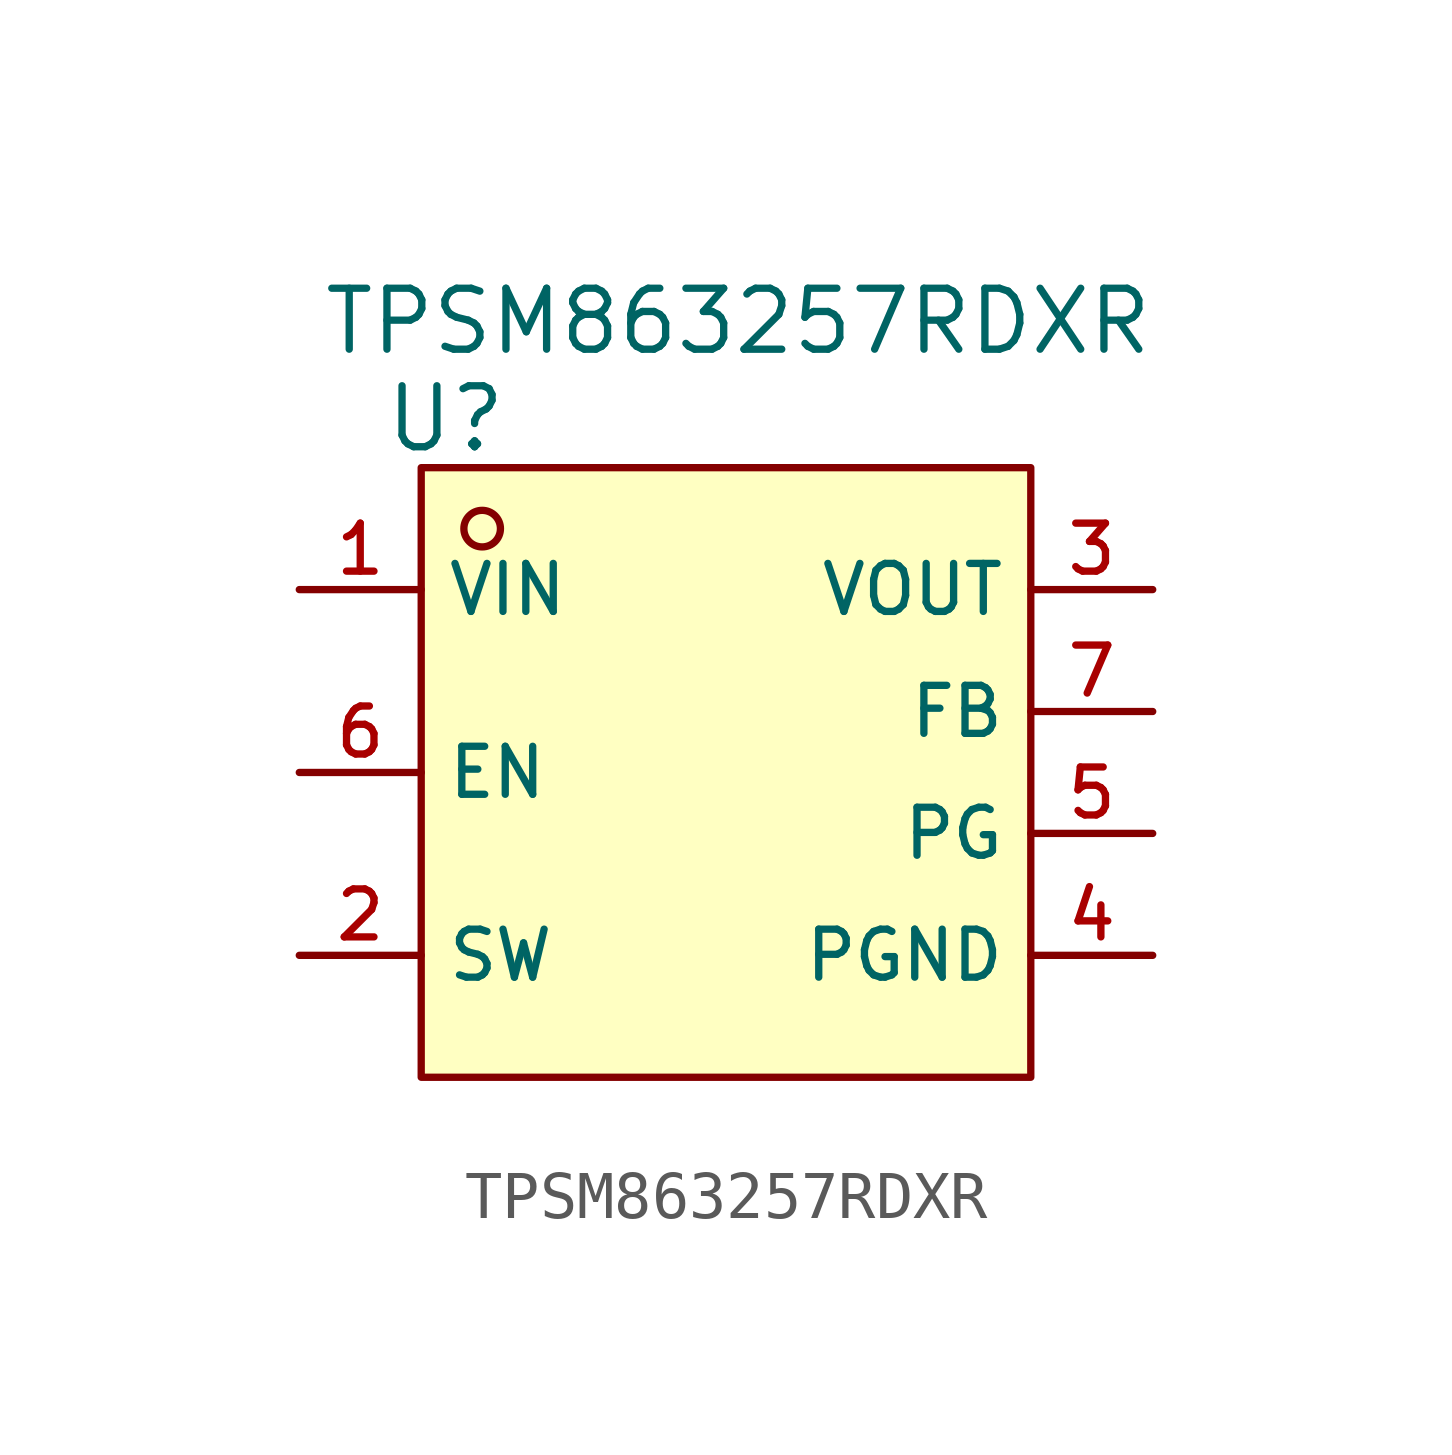
<source format=kicad_sym>
(kicad_symbol_lib
  (version 20241209)
  (generator "kicad_symbol_editor")
  (generator_version "9.0")
  (symbol "TPSM863257RDXR"
    (property "Reference" "U"
      (at -5.842 7.366 0)
      (effects (font (size 1.27 1.27))))
    (property "Value" "TPSM863257RDXR"
      (at 0.254 9.398 0)
      (effects (font (size 1.27 1.27))))
    (symbol "TPSM863257RDXR_0_1"
      (rectangle (start -6.35 6.35) (end 6.35 -6.35) (stroke (width 0) (type default)) (fill (type background)))
      (circle (center -5.08 5.08) (radius 0.381) (stroke (width 0) (type default)) (fill (type background)))
      (pin unspecified line (at -8.89 3.81 0) (length 2.54) (name "VIN" (effects (font (size 1 1)))) (number "1" (effects (font (size 1 1)))))
      (pin unspecified line (at -8.89 0 0) (length 2.54) (name "EN" (effects (font (size 1 1)))) (number "6" (effects (font (size 1 1)))))
      (pin unspecified line (at -8.89 -3.81 0) (length 2.54) (name "SW" (effects (font (size 1 1)))) (number "2" (effects (font (size 1 1)))))
      (pin unspecified line (at 8.89 3.81 180) (length 2.54) (name "VOUT" (effects (font (size 1 1)))) (number "3" (effects (font (size 1 1)))))
      (pin unspecified line (at 8.89 1.27 180) (length 2.54) (name "FB" (effects (font (size 1 1)))) (number "7" (effects (font (size 1 1)))))
      (pin unspecified line (at 8.89 -1.27 180) (length 2.54) (name "PG" (effects (font (size 1 1)))) (number "5" (effects (font (size 1 1)))))
      (pin unspecified line (at 8.89 -3.81 180) (length 2.54) (name "PGND" (effects (font (size 1 1)))) (number "4" (effects (font (size 1 1))))))))
</source>
